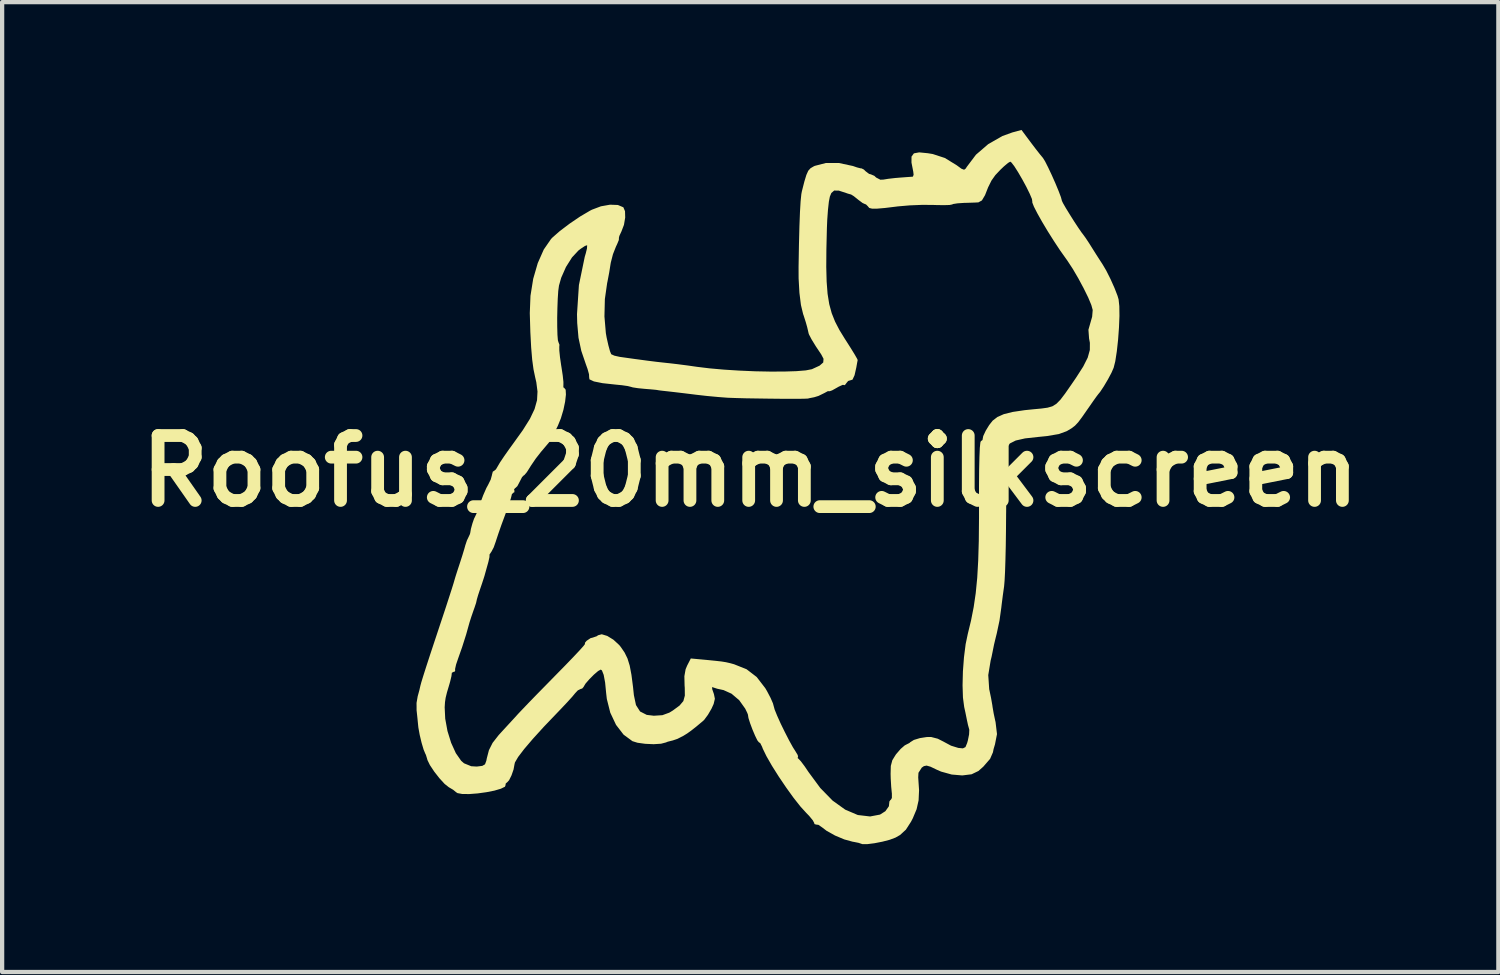
<source format=kicad_pcb>
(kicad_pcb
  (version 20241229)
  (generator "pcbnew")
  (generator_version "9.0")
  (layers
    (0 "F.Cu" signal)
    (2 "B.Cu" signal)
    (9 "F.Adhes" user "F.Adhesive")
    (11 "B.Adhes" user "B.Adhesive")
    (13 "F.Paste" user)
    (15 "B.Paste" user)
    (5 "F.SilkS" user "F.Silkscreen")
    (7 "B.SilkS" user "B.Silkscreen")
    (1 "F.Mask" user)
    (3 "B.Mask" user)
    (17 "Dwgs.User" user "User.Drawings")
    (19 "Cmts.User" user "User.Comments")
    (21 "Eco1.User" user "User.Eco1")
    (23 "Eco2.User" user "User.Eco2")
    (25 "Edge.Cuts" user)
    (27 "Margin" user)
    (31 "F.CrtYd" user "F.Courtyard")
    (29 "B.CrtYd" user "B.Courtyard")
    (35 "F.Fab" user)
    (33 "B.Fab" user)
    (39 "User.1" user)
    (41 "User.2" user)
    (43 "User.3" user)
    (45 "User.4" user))
  (footprint "Roofus_20mm_silkscreen"
    (layer "F.Cu")
    (at 14.558 8.006)
    (property "Reference" "Roofus_20mm_silkscreen" (at 0 0 0) (layer "F.SilkS") (effects (font (size 1.524 1.524) (thickness 0.3))))
    (attr board_only exclude_from_pos_files exclude_from_bom)
    (fp_poly (pts (xy 6.577 -7.723) (xy 6.696 -7.566) (xy 6.802 -7.431) (xy 6.87 -7.349) (xy 6.918 -7.272) (xy 6.99 -7.13) (xy 7.075 -6.95) (xy 7.161 -6.756) (xy 7.237 -6.573) (xy 7.292 -6.428) (xy 7.314 -6.346) (xy 7.314 -6.344) (xy 7.34 -6.289) (xy 7.406 -6.174) (xy 7.499 -6.023) (xy 7.602 -5.859) (xy 7.702 -5.707) (xy 7.783 -5.59) (xy 7.818 -5.545) (xy 7.871 -5.472) (xy 7.955 -5.345) (xy 8.024 -5.235) (xy 8.126 -5.073) (xy 8.22 -4.927) (xy 8.264 -4.86) (xy 8.355 -4.706) (xy 8.455 -4.507) (xy 8.549 -4.297) (xy 8.62 -4.114) (xy 8.645 -4.029) (xy 8.662 -3.87) (xy 8.665 -3.641) (xy 8.654 -3.369) (xy 8.633 -3.082) (xy 8.603 -2.808) (xy 8.567 -2.576) (xy 8.529 -2.425) (xy 8.478 -2.308) (xy 8.395 -2.152) (xy 8.299 -1.99) (xy 8.212 -1.859) (xy 8.167 -1.804) (xy 8.128 -1.753) (xy 8.048 -1.641) (xy 7.944 -1.491) (xy 7.917 -1.453) (xy 7.789 -1.269) (xy 7.697 -1.146) (xy 7.621 -1.065) (xy 7.541 -1.004) (xy 7.437 -0.942) (xy 7.421 -0.934) (xy 7.243 -0.869) (xy 6.966 -0.822) (xy 6.758 -0.801) (xy 6.449 -0.767) (xy 6.23 -0.717) (xy 6.093 -0.648) (xy 6.028 -0.556) (xy 6.02 -0.518) (xy 6.018 -0.445) (xy 6.015 -0.286) (xy 6.012 -0.055) (xy 6.01 0.237) (xy 6.008 0.573) (xy 6.006 0.942) (xy 6.005 1.006) (xy 6.002 1.39) (xy 5.997 1.755) (xy 5.989 2.085) (xy 5.98 2.364) (xy 5.969 2.575) (xy 5.958 2.703) (xy 5.957 2.71) (xy 5.928 2.917) (xy 5.901 3.128) (xy 5.892 3.206) (xy 5.85 3.507) (xy 5.786 3.809) (xy 5.761 3.908) (xy 5.722 4.071) (xy 5.692 4.22) (xy 5.692 4.221) (xy 5.664 4.358) (xy 5.642 4.447) (xy 5.586 4.787) (xy 5.608 5.12) (xy 5.615 5.149) (xy 5.652 5.327) (xy 5.681 5.491) (xy 5.687 5.536) (xy 5.713 5.687) (xy 5.75 5.861) (xy 5.757 5.888) (xy 5.791 6.173) (xy 5.744 6.413) (xy 5.711 6.524) (xy 5.696 6.6) (xy 5.629 6.754) (xy 5.469 6.938) (xy 5.355 7.039) (xy 5.195 7.116) (xy 4.976 7.143) (xy 4.728 7.122) (xy 4.479 7.053) (xy 4.378 7.009) (xy 4.23 6.938) (xy 4.139 6.912) (xy 4.075 6.925) (xy 4.025 6.96) (xy 3.948 7.081) (xy 3.942 7.189) (xy 3.962 7.49) (xy 3.951 7.728) (xy 3.904 7.937) (xy 3.815 8.149) (xy 3.773 8.23) (xy 3.653 8.416) (xy 3.516 8.541) (xy 3.407 8.603) (xy 3.274 8.653) (xy 3.101 8.698) (xy 2.917 8.734) (xy 2.752 8.755) (xy 2.634 8.756) (xy 2.598 8.744) (xy 2.541 8.725) (xy 2.426 8.702) (xy 2.405 8.699) (xy 2.208 8.645) (xy 1.989 8.553) (xy 1.791 8.442) (xy 1.689 8.364) (xy 1.601 8.303) (xy 1.545 8.296) (xy 1.506 8.284) (xy 1.503 8.263) (xy 1.469 8.198) (xy 1.383 8.093) (xy 1.314 8.022) (xy 1.18 7.875) (xy 1.018 7.67) (xy 0.843 7.427) (xy 0.669 7.17) (xy 0.51 6.918) (xy 0.381 6.693) (xy 0.295 6.517) (xy 0.278 6.471) (xy 0.235 6.386) (xy 0.201 6.363) (xy 0.167 6.32) (xy 0.114 6.212) (xy 0.053 6.068) (xy -0.003 5.919) (xy -0.042 5.795) (xy -0.053 5.725) (xy -0.052 5.723) (xy -0.07 5.675) (xy -0.118 5.576) (xy -0.12 5.573) (xy -0.259 5.378) (xy -0.439 5.225) (xy -0.627 5.14) (xy -0.647 5.136) (xy -0.775 5.108) (xy -0.856 5.082) (xy -0.86 5.08) (xy -0.896 5.07) (xy -0.892 5.12) (xy -0.852 5.235) (xy -0.83 5.344) (xy -0.859 5.466) (xy -0.909 5.576) (xy -0.993 5.72) (xy -1.078 5.835) (xy -1.105 5.862) (xy -1.27 6) (xy -1.386 6.091) (xy -1.478 6.157) (xy -1.575 6.217) (xy -1.576 6.217) (xy -1.709 6.285) (xy -1.824 6.324) (xy -1.831 6.325) (xy -1.938 6.352) (xy -1.979 6.369) (xy -2.094 6.399) (xy -2.268 6.41) (xy -2.465 6.401) (xy -2.646 6.376) (xy -2.765 6.339) (xy -2.973 6.186) (xy -3.15 5.956) (xy -3.285 5.67) (xy -3.366 5.349) (xy -3.382 5.21) (xy -3.406 4.964) (xy -3.44 4.782) (xy -3.481 4.678) (xy -3.509 4.659) (xy -3.571 4.693) (xy -3.67 4.778) (xy -3.776 4.885) (xy -3.865 4.987) (xy -3.907 5.056) (xy -3.908 5.062) (xy -3.947 5.106) (xy -3.972 5.11) (xy -4.047 5.147) (xy -4.11 5.214) (xy -4.176 5.294) (xy -4.293 5.423) (xy -4.442 5.581) (xy -4.534 5.677) (xy -4.844 6.001) (xy -5.103 6.286) (xy -5.306 6.524) (xy -5.447 6.709) (xy -5.522 6.837) (xy -5.532 6.877) (xy -5.555 7.003) (xy -5.603 7.141) (xy -5.66 7.256) (xy -5.713 7.313) (xy -5.72 7.314) (xy -5.746 7.345) (xy -5.739 7.36) (xy -5.757 7.408) (xy -5.853 7.455) (xy -6.006 7.5) (xy -6.195 7.537) (xy -6.397 7.565) (xy -6.592 7.58) (xy -6.757 7.579) (xy -6.871 7.558) (xy -6.906 7.535) (xy -6.971 7.481) (xy -7.076 7.419) (xy -7.173 7.342) (xy -7.294 7.21) (xy -7.417 7.053) (xy -7.519 6.899) (xy -7.577 6.78) (xy -7.582 6.758) (xy -7.613 6.658) (xy -7.624 6.638) (xy -7.666 6.537) (xy -7.714 6.375) (xy -7.758 6.19) (xy -7.789 6.019) (xy -7.795 5.962) (xy -7.813 5.779) (xy -7.831 5.612) (xy -7.831 5.536) (xy -7.172 5.536) (xy -7.159 5.811) (xy -7.106 6.101) (xy -7.02 6.378) (xy -6.91 6.62) (xy -6.785 6.799) (xy -6.718 6.858) (xy -6.549 6.927) (xy -6.42 6.935) (xy -6.289 6.919) (xy -6.225 6.882) (xy -6.194 6.798) (xy -6.184 6.746) (xy -6.133 6.55) (xy -6.047 6.379) (xy -5.905 6.197) (xy -5.852 6.139) (xy -5.696 5.969) (xy -5.531 5.79) (xy -5.445 5.695) (xy -5.349 5.594) (xy -5.198 5.436) (xy -5.005 5.237) (xy -4.786 5.014) (xy -4.556 4.779) (xy -4.549 4.772) (xy -4.337 4.556) (xy -4.154 4.366) (xy -4.01 4.213) (xy -3.915 4.107) (xy -3.879 4.06) (xy -3.88 4.058) (xy -3.879 4.029) (xy -3.84 3.983) (xy -3.748 3.921) (xy -3.696 3.908) (xy -3.6 3.875) (xy -3.574 3.854) (xy -3.485 3.83) (xy -3.356 3.869) (xy -3.211 3.958) (xy -3.074 4.084) (xy -3.038 4.129) (xy -2.949 4.259) (xy -2.881 4.398) (xy -2.829 4.566) (xy -2.788 4.783) (xy -2.751 5.069) (xy -2.731 5.259) (xy -2.682 5.491) (xy -2.586 5.642) (xy -2.429 5.722) (xy -2.263 5.742) (xy -2.062 5.729) (xy -1.898 5.669) (xy -1.818 5.62) (xy -1.659 5.503) (xy -1.57 5.398) (xy -1.535 5.27) (xy -1.537 5.086) (xy -1.541 5.035) (xy -1.546 4.814) (xy -1.517 4.651) (xy -1.48 4.563) (xy -1.395 4.398) (xy -1.026 4.432) (xy -0.816 4.453) (xy -0.674 4.469) (xy -0.569 4.486) (xy -0.469 4.509) (xy -0.379 4.534) (xy -0.086 4.651) (xy 0.151 4.833) (xy 0.352 5.094) (xy 0.395 5.167) (xy 0.477 5.323) (xy 0.533 5.452) (xy 0.551 5.518) (xy 0.573 5.598) (xy 0.632 5.743) (xy 0.715 5.928) (xy 0.813 6.128) (xy 0.912 6.321) (xy 1.001 6.482) (xy 1.057 6.57) (xy 1.114 6.664) (xy 1.123 6.712) (xy 1.118 6.714) (xy 1.112 6.735) (xy 1.133 6.752) (xy 1.188 6.811) (xy 1.276 6.928) (xy 1.368 7.064) (xy 1.644 7.438) (xy 1.933 7.734) (xy 2.229 7.946) (xy 2.524 8.072) (xy 2.813 8.106) (xy 3.046 8.062) (xy 3.172 7.982) (xy 3.254 7.866) (xy 3.266 7.753) (xy 3.293 7.716) (xy 3.3 7.715) (xy 3.324 7.672) (xy 3.324 7.567) (xy 3.322 7.552) (xy 3.308 7.407) (xy 3.297 7.217) (xy 3.294 7.106) (xy 3.299 6.92) (xy 3.334 6.787) (xy 3.412 6.66) (xy 3.428 6.639) (xy 3.53 6.521) (xy 3.623 6.44) (xy 3.65 6.425) (xy 3.735 6.382) (xy 3.757 6.362) (xy 3.84 6.31) (xy 3.982 6.267) (xy 4.142 6.242) (xy 4.245 6.241) (xy 4.4 6.281) (xy 4.552 6.358) (xy 4.558 6.362) (xy 4.713 6.445) (xy 4.878 6.496) (xy 4.881 6.497) (xy 4.991 6.508) (xy 5.051 6.478) (xy 5.09 6.384) (xy 5.107 6.324) (xy 5.136 6.181) (xy 5.141 6.073) (xy 5.137 6.055) (xy 5.11 5.958) (xy 5.084 5.836) (xy 5.05 5.668) (xy 5.021 5.536) (xy 4.992 5.316) (xy 4.983 5.028) (xy 4.991 4.703) (xy 5.016 4.371) (xy 5.055 4.063) (xy 5.105 3.824) (xy 5.182 3.507) (xy 5.244 3.192) (xy 5.292 2.864) (xy 5.327 2.506) (xy 5.35 2.103) (xy 5.364 1.639) (xy 5.369 1.099) (xy 5.369 0.789) (xy 5.369 0.341) (xy 5.372 -0.035) (xy 5.379 -0.333) (xy 5.388 -0.547) (xy 5.401 -0.671) (xy 5.412 -0.701) (xy 5.453 -0.73) (xy 5.452 -0.739) (xy 5.468 -0.822) (xy 5.527 -0.948) (xy 5.609 -1.082) (xy 5.689 -1.183) (xy 5.8 -1.269) (xy 5.951 -1.336) (xy 6.16 -1.388) (xy 6.443 -1.43) (xy 6.64 -1.45) (xy 6.833 -1.468) (xy 6.978 -1.488) (xy 7.09 -1.52) (xy 7.185 -1.579) (xy 7.279 -1.674) (xy 7.39 -1.82) (xy 7.534 -2.027) (xy 7.645 -2.189) (xy 7.814 -2.452) (xy 7.92 -2.662) (xy 7.97 -2.842) (xy 7.971 -3.011) (xy 7.952 -3.111) (xy 7.937 -3.317) (xy 7.978 -3.461) (xy 8.024 -3.622) (xy 8.037 -3.776) (xy 8.037 -3.782) (xy 8.005 -3.898) (xy 7.931 -4.075) (xy 7.825 -4.29) (xy 7.701 -4.521) (xy 7.57 -4.745) (xy 7.443 -4.939) (xy 7.41 -4.985) (xy 7.271 -5.181) (xy 7.125 -5.402) (xy 6.98 -5.632) (xy 6.848 -5.853) (xy 6.738 -6.049) (xy 6.658 -6.205) (xy 6.62 -6.302) (xy 6.62 -6.325) (xy 6.611 -6.386) (xy 6.559 -6.509) (xy 6.48 -6.67) (xy 6.384 -6.847) (xy 6.285 -7.017) (xy 6.195 -7.158) (xy 6.127 -7.245) (xy 6.102 -7.262) (xy 6.049 -7.231) (xy 5.952 -7.149) (xy 5.875 -7.076) (xy 5.752 -6.946) (xy 5.662 -6.819) (xy 5.583 -6.66) (xy 5.51 -6.475) (xy 5.437 -6.352) (xy 5.354 -6.306) (xy 5.249 -6.301) (xy 5.092 -6.296) (xy 5.014 -6.294) (xy 4.865 -6.284) (xy 4.762 -6.268) (xy 4.738 -6.257) (xy 4.677 -6.245) (xy 4.542 -6.241) (xy 4.358 -6.244) (xy 4.295 -6.246) (xy 4.038 -6.248) (xy 3.742 -6.236) (xy 3.464 -6.212) (xy 3.432 -6.208) (xy 3.163 -6.175) (xy 2.977 -6.159) (xy 2.859 -6.159) (xy 2.794 -6.175) (xy 2.765 -6.208) (xy 2.765 -6.21) (xy 2.714 -6.261) (xy 2.702 -6.262) (xy 2.636 -6.292) (xy 2.537 -6.366) (xy 2.526 -6.375) (xy 2.43 -6.452) (xy 2.367 -6.491) (xy 2.363 -6.492) (xy 2.291 -6.512) (xy 2.254 -6.525) (xy 2.08 -6.582) (xy 1.97 -6.584) (xy 1.903 -6.526) (xy 1.868 -6.441) (xy 1.845 -6.322) (xy 1.824 -6.131) (xy 1.807 -5.897) (xy 1.799 -5.703) (xy 1.787 -5.203) (xy 1.784 -4.789) (xy 1.793 -4.446) (xy 1.815 -4.16) (xy 1.854 -3.918) (xy 1.912 -3.705) (xy 1.991 -3.507) (xy 2.094 -3.309) (xy 2.223 -3.099) (xy 2.251 -3.056) (xy 2.366 -2.875) (xy 2.456 -2.728) (xy 2.511 -2.631) (xy 2.521 -2.605) (xy 2.509 -2.543) (xy 2.489 -2.43) (xy 2.448 -2.249) (xy 2.4 -2.146) (xy 2.352 -2.131) (xy 2.298 -2.115) (xy 2.259 -2.068) (xy 2.218 -2.014) (xy 2.206 -2.021) (xy 2.168 -2.023) (xy 2.074 -1.98) (xy 2.029 -1.954) (xy 1.921 -1.894) (xy 1.859 -1.872) (xy 1.854 -1.876) (xy 1.818 -1.874) (xy 1.739 -1.831) (xy 1.602 -1.764) (xy 1.501 -1.733) (xy 1.398 -1.713) (xy 1.353 -1.702) (xy 1.291 -1.699) (xy 1.148 -1.696) (xy 0.944 -1.696) (xy 0.697 -1.697) (xy 0.428 -1.7) (xy 0.154 -1.704) (xy -0.103 -1.708) (xy -0.325 -1.714) (xy -0.493 -1.72) (xy -0.526 -1.721) (xy -0.749 -1.738) (xy -1.018 -1.763) (xy -1.283 -1.793) (xy -1.328 -1.799) (xy -1.558 -1.827) (xy -1.775 -1.853) (xy -1.942 -1.872) (xy -1.979 -1.876) (xy -2.104 -1.89) (xy -2.174 -1.9) (xy -2.179 -1.902) (xy -2.225 -1.908) (xy -2.342 -1.919) (xy -2.469 -1.929) (xy -2.633 -1.945) (xy -2.757 -1.964) (xy -2.802 -1.977) (xy -2.873 -1.995) (xy -3.011 -2.015) (xy -3.164 -2.03) (xy -3.466 -2.063) (xy -3.669 -2.104) (xy -3.774 -2.153) (xy -3.781 -2.206) (xy -3.784 -2.272) (xy -3.819 -2.398) (xy -3.857 -2.504) (xy -3.965 -2.821) (xy -4.031 -3.13) (xy -4.061 -3.473) (xy -4.066 -3.682) (xy -4.021 -4.366) (xy -3.884 -5.03) (xy -3.861 -5.107) (xy -3.832 -5.225) (xy -3.828 -5.295) (xy -3.83 -5.3) (xy -3.878 -5.284) (xy -3.974 -5.221) (xy -4.031 -5.178) (xy -4.183 -5.015) (xy -4.325 -4.79) (xy -4.437 -4.537) (xy -4.489 -4.353) (xy -4.506 -4.228) (xy -4.518 -4.045) (xy -4.526 -3.828) (xy -4.531 -3.599) (xy -4.53 -3.382) (xy -4.525 -3.199) (xy -4.515 -3.072) (xy -4.502 -3.027) (xy -4.478 -2.965) (xy -4.482 -2.917) (xy -4.481 -2.828) (xy -4.465 -2.671) (xy -4.437 -2.477) (xy -4.43 -2.435) (xy -4.401 -2.245) (xy -4.385 -2.093) (xy -4.385 -2.005) (xy -4.388 -1.997) (xy -4.381 -1.956) (xy -4.368 -1.954) (xy -4.332 -1.91) (xy -4.326 -1.795) (xy -4.345 -1.629) (xy -4.385 -1.437) (xy -4.444 -1.239) (xy -4.517 -1.06) (xy -4.519 -1.056) (xy -4.603 -0.888) (xy -4.674 -0.753) (xy -4.718 -0.679) (xy -4.72 -0.676) (xy -4.776 -0.61) (xy -4.868 -0.501) (xy -4.911 -0.451) (xy -5.035 -0.292) (xy -5.151 -0.121) (xy -5.171 -0.088) (xy -5.244 0.027) (xy -5.301 0.094) (xy -5.314 0.1) (xy -5.355 0.141) (xy -5.407 0.242) (xy -5.411 0.25) (xy -5.466 0.354) (xy -5.517 0.401) (xy -5.52 0.401) (xy -5.544 0.432) (xy -5.536 0.451) (xy -5.535 0.497) (xy -5.55 0.501) (xy -5.594 0.541) (xy -5.599 0.564) (xy -5.617 0.636) (xy -5.663 0.777) (xy -5.729 0.962) (xy -5.762 1.052) (xy -5.841 1.266) (xy -5.911 1.467) (xy -5.961 1.618) (xy -5.972 1.653) (xy -6.021 1.791) (xy -6.075 1.893) (xy -6.08 1.899) (xy -6.12 1.96) (xy -6.119 1.974) (xy -6.121 2.02) (xy -6.146 2.132) (xy -6.166 2.204) (xy -6.205 2.343) (xy -6.231 2.436) (xy -6.236 2.455) (xy -6.254 2.512) (xy -6.294 2.635) (xy -6.335 2.755) (xy -6.385 2.905) (xy -6.416 3.01) (xy -6.423 3.043) (xy -6.434 3.092) (xy -6.471 3.204) (xy -6.494 3.268) (xy -6.545 3.416) (xy -6.582 3.531) (xy -6.59 3.557) (xy -6.667 3.833) (xy -6.763 4.135) (xy -6.854 4.393) (xy -6.904 4.54) (xy -6.928 4.647) (xy -6.925 4.681) (xy -6.935 4.707) (xy -6.955 4.709) (xy -7.004 4.734) (xy -7.005 4.747) (xy -7.013 4.814) (xy -7.043 4.939) (xy -7.063 5.01) (xy -7.118 5.195) (xy -7.149 5.321) (xy -7.164 5.422) (xy -7.171 5.534) (xy -7.172 5.536) (xy -7.831 5.536) (xy -7.832 5.442) (xy -7.805 5.286) (xy -7.766 5.144) (xy -7.741 5.035) (xy -7.72 4.957) (xy -7.672 4.801) (xy -7.603 4.584) (xy -7.518 4.323) (xy -7.422 4.033) (xy -7.422 4.033) (xy -7.276 3.593) (xy -7.159 3.241) (xy -7.07 2.967) (xy -7.005 2.766) (xy -6.962 2.628) (xy -6.941 2.555) (xy -6.916 2.471) (xy -6.869 2.324) (xy -6.813 2.154) (xy -6.756 1.976) (xy -6.711 1.828) (xy -6.688 1.744) (xy -6.649 1.627) (xy -6.621 1.569) (xy -6.581 1.484) (xy -6.572 1.453) (xy -6.556 1.358) (xy -6.521 1.23) (xy -6.482 1.117) (xy -6.462 1.077) (xy -6.428 1.005) (xy -6.376 0.87) (xy -6.336 0.752) (xy -6.268 0.568) (xy -6.194 0.399) (xy -6.154 0.326) (xy -6.091 0.199) (xy -6.062 0.093) (xy -6.062 0.088) (xy -6.042 0.013) (xy -6.02 0) (xy -5.969 -0.04) (xy -5.926 -0.113) (xy -5.875 -0.2) (xy -5.779 -0.344) (xy -5.654 -0.521) (xy -5.569 -0.638) (xy -5.338 -0.96) (xy -5.171 -1.226) (xy -5.062 -1.455) (xy -5.004 -1.663) (xy -4.993 -1.867) (xy -5.021 -2.085) (xy -5.048 -2.202) (xy -5.087 -2.388) (xy -5.118 -2.617) (xy -5.142 -2.904) (xy -5.161 -3.263) (xy -5.174 -3.707) (xy -5.174 -3.707) (xy -5.158 -4.113) (xy -5.094 -4.512) (xy -4.987 -4.881) (xy -4.846 -5.2) (xy -4.676 -5.446) (xy -4.643 -5.481) (xy -4.467 -5.635) (xy -4.238 -5.808) (xy -3.992 -5.975) (xy -3.763 -6.11) (xy -3.717 -6.134) (xy -3.505 -6.214) (xy -3.291 -6.252) (xy -3.106 -6.245) (xy -2.978 -6.191) (xy -2.939 -6.099) (xy -2.935 -5.95) (xy -2.964 -5.779) (xy -3.023 -5.624) (xy -3.072 -5.519) (xy -3.085 -5.463) (xy -3.081 -5.461) (xy -3.085 -5.421) (xy -3.126 -5.322) (xy -3.151 -5.27) (xy -3.222 -5.09) (xy -3.273 -4.892) (xy -3.279 -4.857) (xy -3.311 -4.656) (xy -3.351 -4.446) (xy -3.359 -4.409) (xy -3.412 -4.037) (xy -3.422 -3.629) (xy -3.389 -3.239) (xy -3.37 -3.131) (xy -3.33 -2.953) (xy -3.292 -2.814) (xy -3.263 -2.743) (xy -3.262 -2.742) (xy -3.19 -2.709) (xy -3.066 -2.681) (xy -3.052 -2.679) (xy -2.882 -2.655) (xy -2.697 -2.629) (xy -2.68 -2.627) (xy -2.413 -2.591) (xy -2.19 -2.563) (xy -1.954 -2.537) (xy -1.904 -2.532) (xy -1.708 -2.509) (xy -1.468 -2.478) (xy -1.252 -2.447) (xy -0.956 -2.411) (xy -0.618 -2.381) (xy -0.256 -2.358) (xy 0.112 -2.342) (xy 0.47 -2.335) (xy 0.799 -2.336) (xy 1.082 -2.345) (xy 1.303 -2.363) (xy 1.443 -2.39) (xy 1.453 -2.394) (xy 1.627 -2.474) (xy 1.713 -2.549) (xy 1.72 -2.635) (xy 1.666 -2.738) (xy 1.539 -2.928) (xy 1.439 -3.091) (xy 1.38 -3.204) (xy 1.37 -3.231) (xy 1.35 -3.319) (xy 1.335 -3.382) (xy 1.304 -3.492) (xy 1.256 -3.643) (xy 1.241 -3.685) (xy 1.19 -3.897) (xy 1.154 -4.184) (xy 1.135 -4.522) (xy 1.134 -4.784) (xy 1.143 -5.311) (xy 1.154 -5.742) (xy 1.167 -6.081) (xy 1.182 -6.332) (xy 1.199 -6.5) (xy 1.211 -6.563) (xy 1.27 -6.795) (xy 1.317 -6.95) (xy 1.361 -7.048) (xy 1.414 -7.107) (xy 1.485 -7.149) (xy 1.514 -7.163) (xy 1.776 -7.231) (xy 2.083 -7.23) (xy 2.41 -7.16) (xy 2.505 -7.127) (xy 2.59 -7.105) (xy 2.613 -7.104) (xy 2.668 -7.076) (xy 2.707 -7.037) (xy 2.789 -6.975) (xy 2.831 -6.964) (xy 2.913 -6.929) (xy 2.955 -6.889) (xy 3.054 -6.838) (xy 3.124 -6.841) (xy 3.235 -6.859) (xy 3.399 -6.878) (xy 3.507 -6.887) (xy 3.665 -6.899) (xy 3.781 -6.907) (xy 3.817 -6.91) (xy 3.834 -6.954) (xy 3.826 -7.026) (xy 3.784 -7.241) (xy 3.785 -7.381) (xy 3.841 -7.457) (xy 3.965 -7.48) (xy 4.167 -7.46) (xy 4.283 -7.441) (xy 4.568 -7.348) (xy 4.846 -7.177) (xy 4.957 -7.096) (xy 5.019 -7.072) (xy 5.058 -7.101) (xy 5.08 -7.137) (xy 5.297 -7.425) (xy 5.586 -7.674) (xy 5.919 -7.864) (xy 6.152 -7.948) (xy 6.366 -8.006)) (stroke (width 0) (type solid)) (fill yes) (layer "F.SilkS")))
  (gr_rect
    (start -3 -3)
    (end 32.116 19.762)
    (stroke (width 0.1) (type default))
    (fill no)
    (layer "Edge.Cuts")))
</source>
